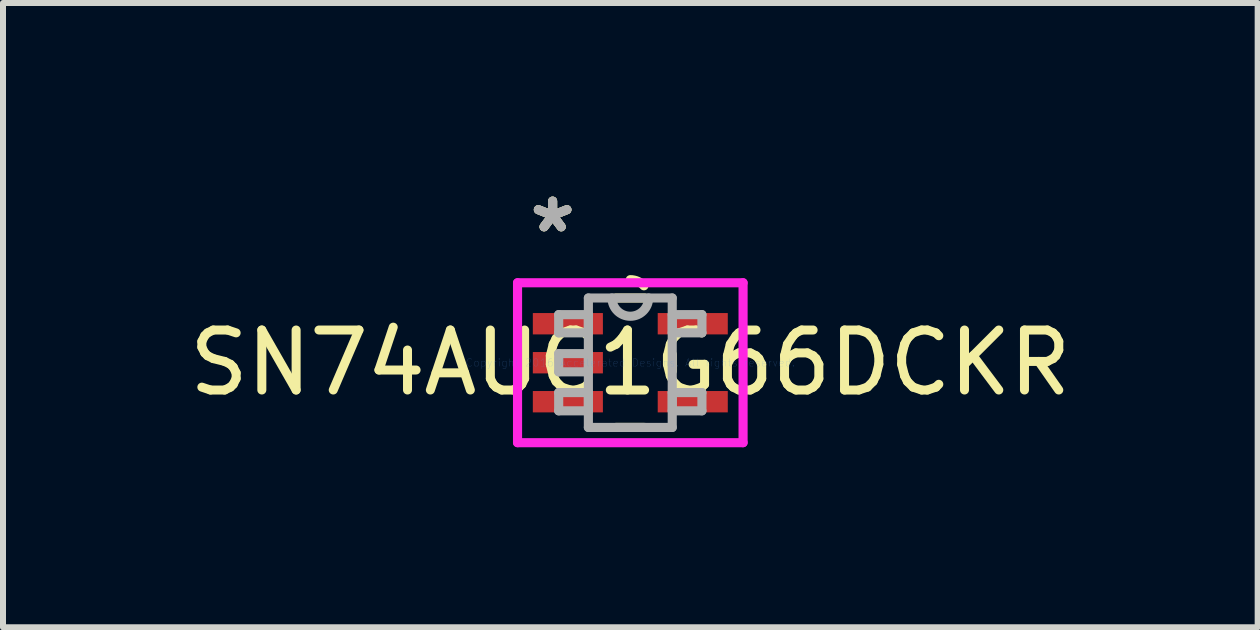
<source format=kicad_pcb>
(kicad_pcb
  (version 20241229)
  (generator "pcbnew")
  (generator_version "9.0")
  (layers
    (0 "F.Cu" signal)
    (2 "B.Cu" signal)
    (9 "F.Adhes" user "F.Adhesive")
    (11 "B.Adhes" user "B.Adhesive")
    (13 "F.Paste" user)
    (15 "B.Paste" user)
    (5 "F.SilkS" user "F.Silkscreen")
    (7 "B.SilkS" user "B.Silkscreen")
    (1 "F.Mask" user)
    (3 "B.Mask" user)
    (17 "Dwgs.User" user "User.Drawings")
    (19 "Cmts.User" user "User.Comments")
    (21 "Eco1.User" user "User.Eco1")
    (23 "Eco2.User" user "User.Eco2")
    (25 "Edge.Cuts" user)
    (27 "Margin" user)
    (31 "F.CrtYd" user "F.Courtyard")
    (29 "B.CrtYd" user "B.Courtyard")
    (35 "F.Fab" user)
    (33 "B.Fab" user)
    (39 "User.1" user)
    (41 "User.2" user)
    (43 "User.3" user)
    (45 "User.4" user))
  (footprint "SN74AUC1G66DCKR"
    (layer "F.Cu")
    (at 7.458 2.997)
    (property "Reference" "SN74AUC1G66DCKR" (at 0 0 0) (layer "F.SilkS") (effects (font (size 1 1) (thickness 0.15))))
    (attr through_hole)
    (fp_line (start -0.24 1.079) (end 0.24 1.079) (stroke (width 0.152) (type solid)) (layer "F.SilkS"))
    (fp_line (start 0.24 -1.079) (end -0.24 -1.079) (stroke (width 0.152) (type solid)) (layer "F.SilkS"))
    (fp_line (start 0.699 0.139) (end 0.699 -0.139) (stroke (width 0.152) (type solid)) (layer "F.SilkS"))
    (fp_arc (start 0 -1.3843) (mid 0.12446 -1.357732) (end 0.227222 -1.282658) (stroke (width 0.1524) (type solid)) (layer "F.SilkS"))
    (fp_line (start -1.88 -1.333) (end 1.88 -1.333) (stroke (width 0.152) (type solid)) (layer "F.CrtYd"))
    (fp_line (start -1.88 1.333) (end -1.88 -1.333) (stroke (width 0.152) (type solid)) (layer "F.CrtYd"))
    (fp_line (start 1.88 -1.333) (end 1.88 1.333) (stroke (width 0.152) (type solid)) (layer "F.CrtYd"))
    (fp_line (start 1.88 1.333) (end -1.88 1.333) (stroke (width 0.152) (type solid)) (layer "F.CrtYd"))
    (fp_line (start -1.194 -0.802) (end -1.194 -0.498) (stroke (width 0.152) (type solid)) (layer "F.Fab"))
    (fp_line (start -1.194 -0.498) (end -0.699 -0.498) (stroke (width 0.152) (type solid)) (layer "F.Fab"))
    (fp_line (start -1.194 -0.152) (end -1.194 0.152) (stroke (width 0.152) (type solid)) (layer "F.Fab"))
    (fp_line (start -1.194 0.152) (end -0.699 0.152) (stroke (width 0.152) (type solid)) (layer "F.Fab"))
    (fp_line (start -1.194 0.498) (end -1.194 0.802) (stroke (width 0.152) (type solid)) (layer "F.Fab"))
    (fp_line (start -1.194 0.802) (end -0.699 0.802) (stroke (width 0.152) (type solid)) (layer "F.Fab"))
    (fp_line (start -0.699 -1.079) (end -0.699 1.079) (stroke (width 0.152) (type solid)) (layer "F.Fab"))
    (fp_line (start -0.699 -0.802) (end -1.194 -0.802) (stroke (width 0.152) (type solid)) (layer "F.Fab"))
    (fp_line (start -0.699 -0.498) (end -0.699 -0.802) (stroke (width 0.152) (type solid)) (layer "F.Fab"))
    (fp_line (start -0.699 -0.152) (end -1.194 -0.152) (stroke (width 0.152) (type solid)) (layer "F.Fab"))
    (fp_line (start -0.699 0.152) (end -0.699 -0.152) (stroke (width 0.152) (type solid)) (layer "F.Fab"))
    (fp_line (start -0.699 0.498) (end -1.194 0.498) (stroke (width 0.152) (type solid)) (layer "F.Fab"))
    (fp_line (start -0.699 0.802) (end -0.699 0.498) (stroke (width 0.152) (type solid)) (layer "F.Fab"))
    (fp_line (start -0.699 1.079) (end 0.699 1.079) (stroke (width 0.152) (type solid)) (layer "F.Fab"))
    (fp_line (start 0.699 -1.079) (end -0.699 -1.079) (stroke (width 0.152) (type solid)) (layer "F.Fab"))
    (fp_line (start 0.699 -0.802) (end 0.699 -0.498) (stroke (width 0.152) (type solid)) (layer "F.Fab"))
    (fp_line (start 0.699 -0.498) (end 1.194 -0.498) (stroke (width 0.152) (type solid)) (layer "F.Fab"))
    (fp_line (start 0.699 0.498) (end 0.699 0.802) (stroke (width 0.152) (type solid)) (layer "F.Fab"))
    (fp_line (start 0.699 0.802) (end 1.194 0.802) (stroke (width 0.152) (type solid)) (layer "F.Fab"))
    (fp_line (start 0.699 1.079) (end 0.699 -1.079) (stroke (width 0.152) (type solid)) (layer "F.Fab"))
    (fp_line (start 1.194 -0.802) (end 0.699 -0.802) (stroke (width 0.152) (type solid)) (layer "F.Fab"))
    (fp_line (start 1.194 -0.498) (end 1.194 -0.802) (stroke (width 0.152) (type solid)) (layer "F.Fab"))
    (fp_line (start 1.194 0.498) (end 0.699 0.498) (stroke (width 0.152) (type solid)) (layer "F.Fab"))
    (fp_line (start 1.194 0.802) (end 1.194 0.498) (stroke (width 0.152) (type solid)) (layer "F.Fab"))
    (fp_arc (start 0.3048 -1.0795) (mid 0 -0.7747) (end -0.3048 -1.0795) (stroke (width 0.1524) (type solid)) (layer "F.Fab"))
    (fp_text user "*" (at -1.295 -2.149 0) (layer "F.SilkS") (effects (font (size 1 1) (thickness 0.15))))
    (fp_text user "*" (at -1.295 -2.149 0) (layer "F.SilkS") (effects (font (size 1 1) (thickness 0.15))))
    (fp_text user "Copyright 2016 Accelerated Designs. All rights reserved." (at 0 0 0) (layer "Cmts.User") (effects (font (size 0.127 0.127) (thickness 0.002))))
    (fp_text user "*" (at -1.295 -2.149 0) (layer "F.Fab") (effects (font (size 1 1) (thickness 0.15))))
    (fp_text user "*" (at -1.295 -2.149 0) (layer "F.Fab") (effects (font (size 1 1) (thickness 0.15))))
    (pad "1" smd rect (at -1.041 -0.65) (size 1.168 0.356) (layers "F.Cu" "F.Mask" "F.Paste"))
    (pad "2" smd rect (at -1.041 0) (size 1.168 0.356) (layers "F.Cu" "F.Mask" "F.Paste"))
    (pad "3" smd rect (at -1.041 0.65) (size 1.168 0.356) (layers "F.Cu" "F.Mask" "F.Paste"))
    (pad "4" smd rect (at 1.041 0.65) (size 1.168 0.356) (layers "F.Cu" "F.Mask" "F.Paste"))
    (pad "5" smd rect (at 1.041 -0.65) (size 1.168 0.356) (layers "F.Cu" "F.Mask" "F.Paste")))
  (gr_rect
    (start -3 -3)
    (end 17.917 7.407)
    (stroke (width 0.1) (type default))
    (fill no)
    (layer "Edge.Cuts")))
</source>
